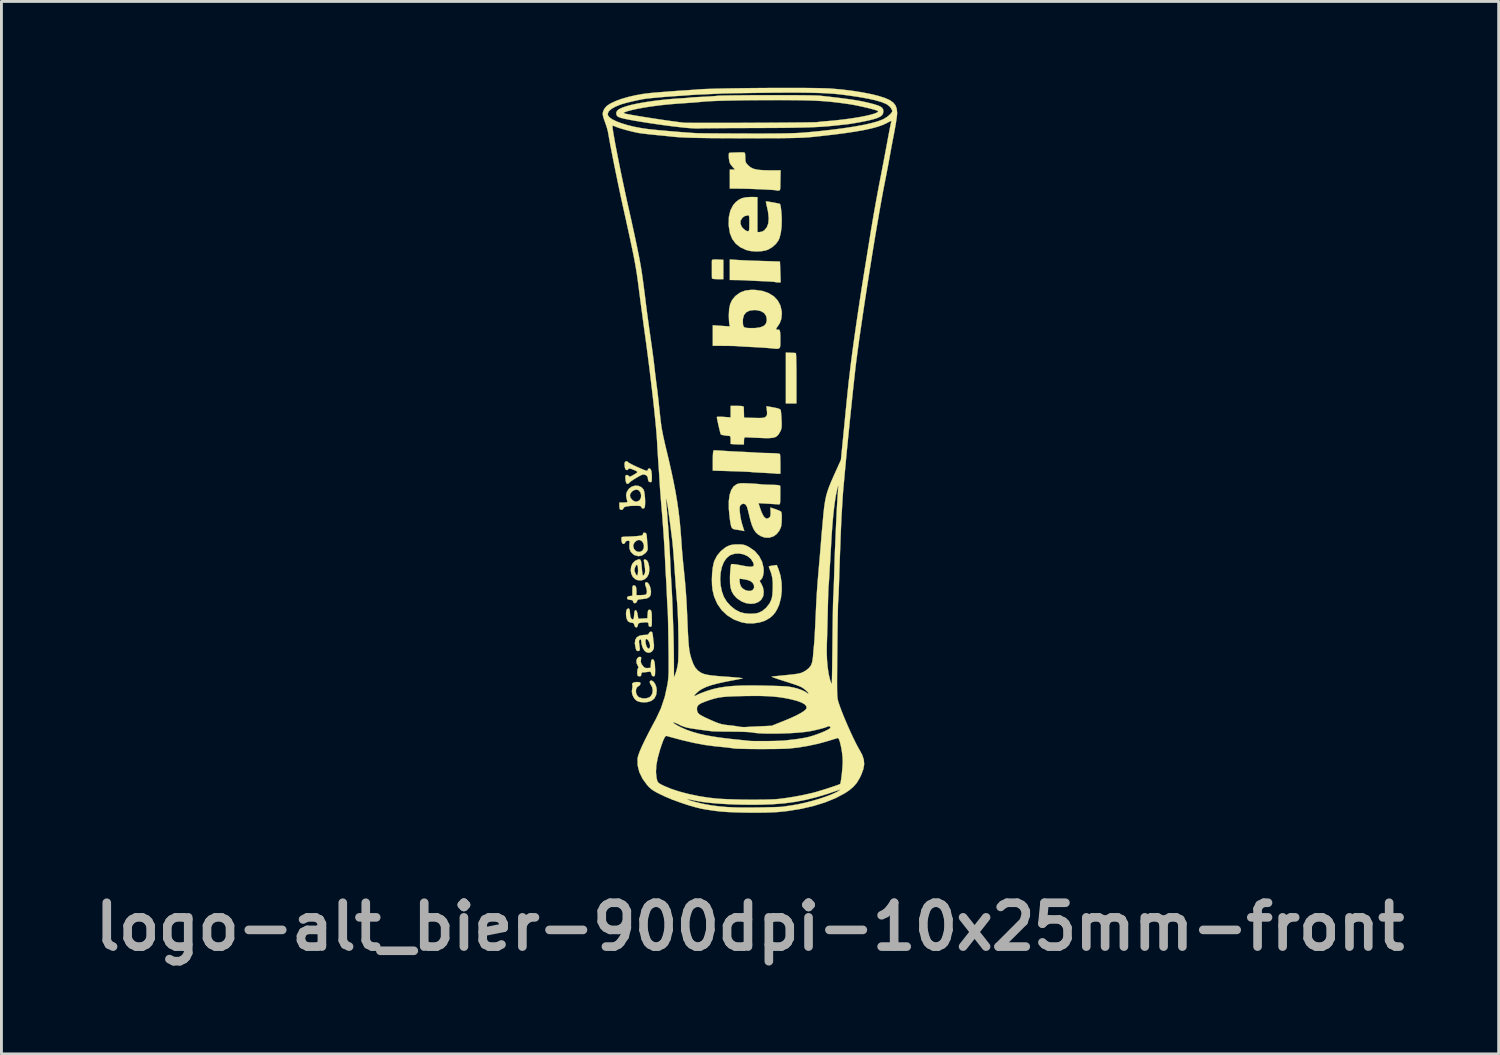
<source format=kicad_pcb>
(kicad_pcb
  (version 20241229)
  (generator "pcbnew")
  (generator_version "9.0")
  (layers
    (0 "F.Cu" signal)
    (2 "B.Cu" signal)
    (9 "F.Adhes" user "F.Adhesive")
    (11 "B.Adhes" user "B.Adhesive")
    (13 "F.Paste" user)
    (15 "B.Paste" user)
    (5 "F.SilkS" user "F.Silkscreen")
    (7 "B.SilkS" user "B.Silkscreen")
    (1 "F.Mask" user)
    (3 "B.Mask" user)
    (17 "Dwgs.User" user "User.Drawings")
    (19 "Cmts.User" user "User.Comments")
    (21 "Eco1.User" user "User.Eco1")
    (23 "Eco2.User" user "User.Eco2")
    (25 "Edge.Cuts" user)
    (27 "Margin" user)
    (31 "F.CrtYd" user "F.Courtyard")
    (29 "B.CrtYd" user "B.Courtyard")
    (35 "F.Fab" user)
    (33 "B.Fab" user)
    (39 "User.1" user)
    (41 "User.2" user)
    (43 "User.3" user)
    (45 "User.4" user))
  (footprint "logo-alt_bier-900dpi-10x25mm-front"
    (layer "F.Cu")
    (at 22.987 12.577)
    (property "Reference" "logo-alt_bier-900dpi-10x25mm-front" (at 0.025 16.575 0) (layer "F.Fab") (effects (font (size 1.524 1.524) (thickness 0.3))))
    (attr through_hole)
    (fp_poly (pts (xy 1.432 -3.37) (xy 1.524 -3.366) (xy 1.592 -3.362) (xy 1.616 -3.361) (xy 1.621 -3.333) (xy 1.626 -3.256) (xy 1.63 -3.136) (xy 1.633 -2.979) (xy 1.636 -2.794) (xy 1.637 -2.586) (xy 1.637 -2.484) (xy 1.637 -1.609) (xy 1.27 -1.609) (xy 1.27 -3.377) (xy 1.432 -3.37)) (stroke (width 0.01) (type solid)) (fill yes) (layer "F.SilkS"))
    (fp_poly (pts (xy -1.101 -6.609) (xy -0.903 -6.599) (xy -0.903 -5.927) (xy -1.101 -5.927) (xy -1.216 -5.931) (xy -1.28 -5.943) (xy -1.299 -5.962) (xy -1.3 -6.019) (xy -1.301 -6.112) (xy -1.301 -6.225) (xy -1.301 -6.344) (xy -1.301 -6.452) (xy -1.301 -6.535) (xy -1.3 -6.576) (xy -1.289 -6.598) (xy -1.25 -6.609) (xy -1.173 -6.611) (xy -1.101 -6.609)) (stroke (width 0.01) (type solid)) (fill yes) (layer "F.SilkS"))
    (fp_poly (pts (xy -0.416 -6.594) (xy -0.306 -6.587) (xy -0.153 -6.58) (xy 0.029 -6.572) (xy 0.227 -6.565) (xy 0.427 -6.559) (xy 0.452 -6.558) (xy 0.63 -6.553) (xy 0.788 -6.548) (xy 0.918 -6.544) (xy 1.01 -6.54) (xy 1.058 -6.538) (xy 1.062 -6.537) (xy 1.065 -6.509) (xy 1.068 -6.436) (xy 1.072 -6.327) (xy 1.077 -6.194) (xy 1.078 -6.174) (xy 1.089 -5.814) (xy 1.001 -5.814) (xy 0.935 -5.818) (xy 0.9 -5.827) (xy 0.899 -5.827) (xy 0.868 -5.833) (xy 0.791 -5.839) (xy 0.677 -5.847) (xy 0.537 -5.854) (xy 0.464 -5.857) (xy 0.302 -5.864) (xy 0.148 -5.871) (xy 0.016 -5.878) (xy -0.078 -5.883) (xy -0.099 -5.885) (xy -0.2 -5.89) (xy -0.33 -5.894) (xy -0.459 -5.896) (xy -0.677 -5.898) (xy -0.677 -6.612) (xy -0.416 -6.594)) (stroke (width 0.01) (type solid)) (fill yes) (layer "F.SilkS"))
    (fp_poly (pts (xy -3.395 8.02) (xy -3.331 8.058) (xy -3.274 8.137) (xy -3.234 8.241) (xy -3.217 8.354) (xy -3.217 8.359) (xy -3.238 8.52) (xy -3.3 8.642) (xy -3.403 8.725) (xy -3.547 8.769) (xy -3.655 8.777) (xy -3.799 8.765) (xy -3.905 8.728) (xy -3.913 8.723) (xy -3.997 8.643) (xy -4.056 8.531) (xy -4.082 8.41) (xy -4.072 8.313) (xy -4.058 8.239) (xy -4.064 8.185) (xy -4.066 8.181) (xy -4.073 8.131) (xy -4.032 8.093) (xy -3.949 8.073) (xy -3.905 8.072) (xy -3.827 8.075) (xy -3.791 8.091) (xy -3.782 8.126) (xy -3.782 8.129) (xy -3.807 8.185) (xy -3.85 8.212) (xy -3.91 8.261) (xy -3.939 8.34) (xy -3.939 8.433) (xy -3.909 8.521) (xy -3.852 8.589) (xy -3.829 8.603) (xy -3.708 8.64) (xy -3.583 8.639) (xy -3.474 8.602) (xy -3.428 8.567) (xy -3.373 8.476) (xy -3.356 8.363) (xy -3.376 8.249) (xy -3.418 8.173) (xy -3.455 8.105) (xy -3.456 8.049) (xy -3.425 8.02) (xy -3.395 8.02)) (stroke (width 0.01) (type solid)) (fill yes) (layer "F.SilkS"))
    (fp_poly (pts (xy -3.52 4.632) (xy -3.475 4.698) (xy -3.44 4.791) (xy -3.42 4.9) (xy -3.417 4.943) (xy -3.43 5.049) (xy -3.477 5.122) (xy -3.564 5.166) (xy -3.699 5.187) (xy -3.706 5.187) (xy -3.807 5.196) (xy -3.864 5.209) (xy -3.891 5.23) (xy -3.9 5.26) (xy -3.925 5.308) (xy -3.97 5.331) (xy -4.013 5.325) (xy -4.035 5.288) (xy -4.036 5.281) (xy -4.048 5.242) (xy -4.093 5.222) (xy -4.142 5.216) (xy -4.214 5.203) (xy -4.244 5.176) (xy -4.247 5.151) (xy -4.233 5.108) (xy -4.179 5.088) (xy -4.156 5.085) (xy -4.064 5.076) (xy -4.064 4.895) (xy -4.062 4.796) (xy -4.054 4.741) (xy -4.036 4.717) (xy -4.011 4.713) (xy -3.964 4.728) (xy -3.936 4.778) (xy -3.924 4.872) (xy -3.923 4.927) (xy -3.923 5.052) (xy -3.784 5.052) (xy -3.693 5.048) (xy -3.621 5.04) (xy -3.601 5.035) (xy -3.566 4.994) (xy -3.558 4.916) (xy -3.576 4.814) (xy -3.599 4.75) (xy -3.624 4.667) (xy -3.615 4.62) (xy -3.612 4.617) (xy -3.567 4.602) (xy -3.52 4.632)) (stroke (width 0.01) (type solid)) (fill yes) (layer "F.SilkS"))
    (fp_poly (pts (xy -3.782 3.829) (xy -3.759 3.892) (xy -3.745 4.001) (xy -3.738 4.092) (xy -3.727 4.211) (xy -3.715 4.305) (xy -3.702 4.362) (xy -3.694 4.374) (xy -3.665 4.352) (xy -3.638 4.314) (xy -3.621 4.243) (xy -3.623 4.13) (xy -3.645 3.971) (xy -3.658 3.899) (xy -3.666 3.836) (xy -3.652 3.813) (xy -3.61 3.815) (xy -3.554 3.85) (xy -3.511 3.932) (xy -3.483 4.052) (xy -3.474 4.171) (xy -3.493 4.312) (xy -3.553 4.425) (xy -3.642 4.503) (xy -3.753 4.541) (xy -3.876 4.533) (xy -3.958 4.5) (xy -4.046 4.422) (xy -4.1 4.315) (xy -4.121 4.191) (xy -4.116 4.152) (xy -3.992 4.152) (xy -3.989 4.213) (xy -3.967 4.276) (xy -3.928 4.351) (xy -3.898 4.371) (xy -3.878 4.336) (xy -3.867 4.247) (xy -3.866 4.193) (xy -3.872 4.076) (xy -3.888 4.01) (xy -3.914 3.996) (xy -3.947 4.036) (xy -3.966 4.076) (xy -3.992 4.152) (xy -4.116 4.152) (xy -4.107 4.066) (xy -4.06 3.954) (xy -3.979 3.869) (xy -3.952 3.853) (xy -3.872 3.816) (xy -3.817 3.805) (xy -3.782 3.829)) (stroke (width 0.01) (type solid)) (fill yes) (layer "F.SilkS"))
    (fp_poly (pts (xy -3.767 7.204) (xy -3.758 7.238) (xy -3.766 7.298) (xy -3.772 7.375) (xy -3.749 7.441) (xy -3.71 7.497) (xy -3.655 7.56) (xy -3.603 7.585) (xy -3.532 7.586) (xy -3.429 7.578) (xy -3.42 7.429) (xy -3.412 7.341) (xy -3.396 7.296) (xy -3.367 7.282) (xy -3.361 7.281) (xy -3.324 7.301) (xy -3.297 7.363) (xy -3.281 7.472) (xy -3.274 7.631) (xy -3.274 7.684) (xy -3.276 7.785) (xy -3.283 7.842) (xy -3.299 7.868) (xy -3.329 7.874) (xy -3.331 7.874) (xy -3.378 7.855) (xy -3.404 7.792) (xy -3.406 7.787) (xy -3.423 7.727) (xy -3.457 7.709) (xy -3.507 7.716) (xy -3.6 7.729) (xy -3.672 7.733) (xy -3.731 7.741) (xy -3.752 7.776) (xy -3.754 7.803) (xy -3.768 7.86) (xy -3.805 7.874) (xy -3.859 7.865) (xy -3.876 7.855) (xy -3.891 7.813) (xy -3.895 7.743) (xy -3.89 7.666) (xy -3.876 7.606) (xy -3.861 7.585) (xy -3.847 7.561) (xy -3.874 7.509) (xy -3.875 7.506) (xy -3.917 7.416) (xy -3.923 7.326) (xy -3.897 7.251) (xy -3.843 7.204) (xy -3.801 7.197) (xy -3.767 7.204)) (stroke (width 0.01) (type solid)) (fill yes) (layer "F.SilkS"))
    (fp_poly (pts (xy -1.117 0.023) (xy -1.011 0.03) (xy -0.982 0.032) (xy -0.871 0.04) (xy -0.721 0.05) (xy -0.548 0.059) (xy -0.369 0.068) (xy -0.3 0.071) (xy -0.139 0.078) (xy 0.009 0.086) (xy 0.13 0.093) (xy 0.214 0.098) (xy 0.24 0.101) (xy 0.3 0.105) (xy 0.403 0.109) (xy 0.534 0.113) (xy 0.679 0.116) (xy 0.685 0.116) (xy 0.822 0.12) (xy 0.938 0.126) (xy 1.021 0.136) (xy 1.061 0.146) (xy 1.062 0.147) (xy 1.069 0.185) (xy 1.074 0.266) (xy 1.077 0.379) (xy 1.079 0.503) (xy 1.079 0.833) (xy 1.005 0.835) (xy 0.948 0.835) (xy 0.924 0.83) (xy 0.895 0.826) (xy 0.819 0.82) (xy 0.708 0.813) (xy 0.571 0.806) (xy 0.521 0.803) (xy 0.372 0.796) (xy 0.238 0.788) (xy 0.132 0.781) (xy 0.067 0.776) (xy 0.058 0.774) (xy 0.01 0.77) (xy -0.085 0.765) (xy -0.218 0.759) (xy -0.38 0.753) (xy -0.561 0.747) (xy -0.641 0.744) (xy -1.27 0.725) (xy -1.27 0.379) (xy -1.267 0.214) (xy -1.26 0.098) (xy -1.248 0.035) (xy -1.239 0.023) (xy -1.198 0.02) (xy -1.117 0.023)) (stroke (width 0.01) (type solid)) (fill yes) (layer "F.SilkS"))
    (fp_poly (pts (xy -0.201 -10.332) (xy -0.191 -10.331) (xy -0.163 -10.321) (xy -0.148 -10.287) (xy -0.142 -10.214) (xy -0.141 -10.157) (xy -0.138 -10.057) (xy -0.125 -9.992) (xy -0.091 -9.938) (xy -0.035 -9.878) (xy 0.037 -9.817) (xy 0.122 -9.772) (xy 0.228 -9.741) (xy 0.364 -9.721) (xy 0.54 -9.711) (xy 0.728 -9.708) (xy 1.087 -9.708) (xy 1.081 -9.419) (xy 1.079 -9.29) (xy 1.077 -9.177) (xy 1.075 -9.095) (xy 1.074 -9.066) (xy 1.057 -9.016) (xy 1.007 -9.003) (xy 0.951 -9.007) (xy 0.929 -9.014) (xy 0.897 -9.02) (xy 0.819 -9.027) (xy 0.702 -9.034) (xy 0.557 -9.042) (xy 0.393 -9.05) (xy 0.219 -9.057) (xy 0.044 -9.064) (xy -0.122 -9.069) (xy -0.27 -9.072) (xy -0.388 -9.073) (xy -0.677 -9.073) (xy -0.677 -9.737) (xy -0.497 -9.737) (xy -0.57 -9.814) (xy -0.629 -9.886) (xy -0.675 -9.955) (xy -0.677 -9.959) (xy -0.694 -10.016) (xy -0.707 -10.101) (xy -0.714 -10.191) (xy -0.713 -10.268) (xy -0.704 -10.312) (xy -0.703 -10.313) (xy -0.672 -10.319) (xy -0.6 -10.324) (xy -0.501 -10.328) (xy -0.392 -10.331) (xy -0.287 -10.333) (xy -0.201 -10.332)) (stroke (width 0.01) (type solid)) (fill yes) (layer "F.SilkS"))
    (fp_poly (pts (xy -4.175 5.527) (xy -4.153 5.59) (xy -4.149 5.662) (xy -4.138 5.781) (xy -4.107 5.862) (xy -4.061 5.897) (xy -4.05 5.898) (xy -4.025 5.88) (xy -4.009 5.818) (xy -4.002 5.736) (xy -3.993 5.639) (xy -3.976 5.588) (xy -3.951 5.574) (xy -3.919 5.598) (xy -3.893 5.673) (xy -3.883 5.723) (xy -3.858 5.873) (xy -3.542 5.856) (xy -3.533 5.708) (xy -3.525 5.619) (xy -3.509 5.574) (xy -3.48 5.56) (xy -3.473 5.56) (xy -3.436 5.568) (xy -3.411 5.597) (xy -3.396 5.657) (xy -3.389 5.755) (xy -3.387 5.901) (xy -3.388 6.021) (xy -3.392 6.095) (xy -3.403 6.135) (xy -3.421 6.15) (xy -3.443 6.152) (xy -3.488 6.135) (xy -3.5 6.084) (xy -3.505 6.031) (xy -3.528 6.003) (xy -3.582 5.994) (xy -3.677 6) (xy -3.705 6.003) (xy -3.796 6.014) (xy -3.844 6.031) (xy -3.866 6.059) (xy -3.872 6.092) (xy -3.896 6.158) (xy -3.935 6.176) (xy -3.975 6.146) (xy -3.993 6.098) (xy -4.016 6.035) (xy -4.06 6.013) (xy -4.09 6.011) (xy -4.168 5.991) (xy -4.22 5.954) (xy -4.257 5.883) (xy -4.28 5.783) (xy -4.285 5.676) (xy -4.272 5.586) (xy -4.254 5.548) (xy -4.209 5.511) (xy -4.175 5.527)) (stroke (width 0.01) (type solid)) (fill yes) (layer "F.SilkS"))
    (fp_poly (pts (xy -3.389 6.329) (xy -3.369 6.361) (xy -3.356 6.428) (xy -3.348 6.498) (xy -3.336 6.615) (xy -3.322 6.728) (xy -3.314 6.788) (xy -3.318 6.897) (xy -3.359 6.983) (xy -3.425 7.038) (xy -3.505 7.055) (xy -3.59 7.028) (xy -3.636 6.99) (xy -3.701 6.889) (xy -3.743 6.759) (xy -3.754 6.654) (xy -3.758 6.622) (xy -3.611 6.622) (xy -3.606 6.7) (xy -3.605 6.703) (xy -3.585 6.799) (xy -3.552 6.87) (xy -3.514 6.908) (xy -3.479 6.907) (xy -3.453 6.862) (xy -3.449 6.838) (xy -3.453 6.766) (xy -3.479 6.686) (xy -3.518 6.617) (xy -3.56 6.579) (xy -3.572 6.576) (xy -3.601 6.585) (xy -3.611 6.622) (xy -3.758 6.622) (xy -3.761 6.601) (xy -3.789 6.592) (xy -3.799 6.595) (xy -3.827 6.618) (xy -3.835 6.666) (xy -3.828 6.742) (xy -3.815 6.834) (xy -3.805 6.91) (xy -3.803 6.929) (xy -3.816 6.977) (xy -3.858 6.994) (xy -3.902 6.989) (xy -3.931 6.951) (xy -3.949 6.895) (xy -3.978 6.732) (xy -3.964 6.605) (xy -3.907 6.514) (xy -3.805 6.458) (xy -3.658 6.435) (xy -3.626 6.435) (xy -3.546 6.429) (xy -3.505 6.408) (xy -3.491 6.378) (xy -3.455 6.331) (xy -3.421 6.322) (xy -3.389 6.329)) (stroke (width 0.01) (type solid)) (fill yes) (layer "F.SilkS"))
    (fp_poly (pts (xy -3.855 1.255) (xy -3.75 1.303) (xy -3.679 1.379) (xy -3.657 1.439) (xy -3.64 1.535) (xy -3.627 1.653) (xy -3.621 1.776) (xy -3.622 1.89) (xy -3.63 1.978) (xy -3.645 2.023) (xy -3.69 2.044) (xy -3.736 2.027) (xy -3.754 1.987) (xy -3.769 1.964) (xy -3.822 1.951) (xy -3.921 1.947) (xy -3.933 1.947) (xy -4.122 1.952) (xy -4.257 1.967) (xy -4.34 1.992) (xy -4.374 2.028) (xy -4.374 2.036) (xy -4.397 2.076) (xy -4.446 2.09) (xy -4.495 2.071) (xy -4.497 2.07) (xy -4.509 2.032) (xy -4.515 1.961) (xy -4.516 1.943) (xy -4.516 1.834) (xy -4.371 1.834) (xy -4.287 1.833) (xy -4.247 1.823) (xy -4.238 1.799) (xy -4.245 1.771) (xy -4.273 1.656) (xy -4.278 1.595) (xy -4.149 1.595) (xy -4.124 1.676) (xy -4.063 1.749) (xy -3.985 1.798) (xy -3.938 1.806) (xy -3.864 1.787) (xy -3.81 1.75) (xy -3.766 1.67) (xy -3.76 1.572) (xy -3.788 1.476) (xy -3.848 1.405) (xy -3.85 1.404) (xy -3.925 1.384) (xy -4.009 1.405) (xy -4.084 1.457) (xy -4.135 1.531) (xy -4.149 1.595) (xy -4.278 1.595) (xy -4.28 1.572) (xy -4.266 1.498) (xy -4.252 1.459) (xy -4.181 1.352) (xy -4.083 1.281) (xy -3.97 1.248) (xy -3.855 1.255)) (stroke (width 0.01) (type solid)) (fill yes) (layer "F.SilkS"))
    (fp_poly (pts (xy -3.595 2.897) (xy -3.574 2.933) (xy -3.563 3.005) (xy -3.561 3.034) (xy -3.553 3.148) (xy -3.543 3.278) (xy -3.537 3.337) (xy -3.531 3.432) (xy -3.539 3.492) (xy -3.567 3.541) (xy -3.621 3.599) (xy -3.732 3.676) (xy -3.853 3.698) (xy -3.98 3.665) (xy -4.026 3.639) (xy -4.12 3.548) (xy -4.167 3.428) (xy -4.167 3.338) (xy -4.036 3.338) (xy -4.014 3.433) (xy -3.958 3.505) (xy -3.882 3.546) (xy -3.798 3.55) (xy -3.721 3.509) (xy -3.71 3.498) (xy -3.667 3.416) (xy -3.662 3.323) (xy -3.69 3.235) (xy -3.745 3.166) (xy -3.822 3.134) (xy -3.838 3.133) (xy -3.918 3.158) (xy -3.989 3.22) (xy -4.031 3.301) (xy -4.036 3.338) (xy -4.167 3.338) (xy -4.167 3.287) (xy -4.159 3.21) (xy -4.166 3.173) (xy -4.195 3.162) (xy -4.222 3.161) (xy -4.288 3.18) (xy -4.31 3.217) (xy -4.343 3.263) (xy -4.375 3.274) (xy -4.412 3.256) (xy -4.434 3.196) (xy -4.438 3.168) (xy -4.444 3.094) (xy -4.441 3.046) (xy -4.439 3.041) (xy -4.407 3.029) (xy -4.336 3.021) (xy -4.278 3.02) (xy -4.172 3.017) (xy -4.039 3.011) (xy -3.913 3.002) (xy -3.803 2.99) (xy -3.737 2.978) (xy -3.706 2.96) (xy -3.697 2.933) (xy -3.697 2.929) (xy -3.682 2.888) (xy -3.634 2.884) (xy -3.595 2.897)) (stroke (width 0.01) (type solid)) (fill yes) (layer "F.SilkS"))
    (fp_poly (pts (xy -4.242 0.405) (xy -4.214 0.434) (xy -4.181 0.457) (xy -4.109 0.497) (xy -4.011 0.546) (xy -3.898 0.599) (xy -3.783 0.65) (xy -3.68 0.693) (xy -3.6 0.723) (xy -3.558 0.734) (xy -3.531 0.711) (xy -3.528 0.691) (xy -3.504 0.656) (xy -3.475 0.649) (xy -3.433 0.67) (xy -3.405 0.735) (xy -3.39 0.848) (xy -3.387 0.979) (xy -3.389 1.067) (xy -3.398 1.112) (xy -3.42 1.126) (xy -3.45 1.124) (xy -3.495 1.105) (xy -3.517 1.056) (xy -3.522 1.012) (xy -3.538 0.935) (xy -3.579 0.891) (xy -3.613 0.875) (xy -3.656 0.861) (xy -3.698 0.861) (xy -3.752 0.879) (xy -3.83 0.92) (xy -3.925 0.975) (xy -4.026 1.037) (xy -4.108 1.093) (xy -4.158 1.134) (xy -4.168 1.147) (xy -4.205 1.18) (xy -4.233 1.185) (xy -4.267 1.17) (xy -4.289 1.117) (xy -4.3 1.055) (xy -4.307 0.973) (xy -4.306 0.913) (xy -4.302 0.9) (xy -4.261 0.876) (xy -4.211 0.888) (xy -4.187 0.917) (xy -4.17 0.937) (xy -4.133 0.931) (xy -4.065 0.898) (xy -4.04 0.884) (xy -3.945 0.828) (xy -3.897 0.791) (xy -3.894 0.764) (xy -3.933 0.737) (xy -3.994 0.708) (xy -4.107 0.664) (xy -4.176 0.651) (xy -4.204 0.669) (xy -4.205 0.677) (xy -4.229 0.701) (xy -4.258 0.706) (xy -4.297 0.69) (xy -4.321 0.634) (xy -4.328 0.595) (xy -4.336 0.512) (xy -4.332 0.448) (xy -4.329 0.44) (xy -4.291 0.4) (xy -4.242 0.405)) (stroke (width 0.01) (type solid)) (fill yes) (layer "F.SilkS"))
    (fp_poly (pts (xy -0.299 -1.521) (xy -0.225 -1.511) (xy -0.195 -1.493) (xy -0.195 -1.489) (xy -0.192 -1.443) (xy -0.19 -1.361) (xy -0.188 -1.284) (xy -0.183 -1.115) (xy 0.165 -1.106) (xy 0.314 -1.103) (xy 0.418 -1.104) (xy 0.487 -1.11) (xy 0.533 -1.123) (xy 0.564 -1.143) (xy 0.57 -1.148) (xy 0.603 -1.187) (xy 0.617 -1.237) (xy 0.615 -1.318) (xy 0.611 -1.356) (xy 0.595 -1.513) (xy 0.832 -1.471) (xy 0.971 -1.443) (xy 1.055 -1.413) (xy 1.088 -1.385) (xy 1.097 -1.339) (xy 1.106 -1.251) (xy 1.115 -1.135) (xy 1.12 -1.044) (xy 1.125 -0.907) (xy 1.124 -0.811) (xy 1.115 -0.741) (xy 1.097 -0.682) (xy 1.068 -0.621) (xy 1.02 -0.54) (xy 0.968 -0.48) (xy 0.903 -0.439) (xy 0.815 -0.415) (xy 0.695 -0.404) (xy 0.535 -0.404) (xy 0.381 -0.41) (xy 0.227 -0.417) (xy 0.087 -0.423) (xy -0.025 -0.428) (xy -0.097 -0.432) (xy -0.113 -0.433) (xy -0.156 -0.431) (xy -0.178 -0.407) (xy -0.185 -0.346) (xy -0.186 -0.31) (xy -0.189 -0.183) (xy -0.299 -0.183) (xy -0.404 -0.185) (xy -0.516 -0.191) (xy -0.529 -0.192) (xy -0.649 -0.201) (xy -0.649 -0.34) (xy -0.653 -0.426) (xy -0.667 -0.468) (xy -0.696 -0.481) (xy -0.699 -0.481) (xy -0.781 -0.487) (xy -0.87 -0.499) (xy -0.946 -0.515) (xy -0.988 -0.53) (xy -0.99 -0.532) (xy -1.002 -0.564) (xy -1.021 -0.637) (xy -1.046 -0.737) (xy -1.072 -0.85) (xy -1.096 -0.96) (xy -1.116 -1.055) (xy -1.127 -1.12) (xy -1.129 -1.137) (xy -1.103 -1.145) (xy -1.034 -1.147) (xy -0.934 -1.144) (xy -0.889 -1.141) (xy -0.649 -1.123) (xy -0.649 -1.524) (xy -0.423 -1.524) (xy -0.299 -1.521)) (stroke (width 0.01) (type solid)) (fill yes) (layer "F.SilkS"))
    (fp_poly (pts (xy 0.191 -8.78) (xy 0.282 -8.777) (xy 0.282 -7.564) (xy 0.363 -7.564) (xy 0.445 -7.581) (xy 0.515 -7.619) (xy 0.606 -7.724) (xy 0.659 -7.864) (xy 0.674 -8.041) (xy 0.652 -8.258) (xy 0.623 -8.396) (xy 0.599 -8.5) (xy 0.582 -8.581) (xy 0.575 -8.625) (xy 0.576 -8.628) (xy 0.605 -8.627) (xy 0.673 -8.618) (xy 0.766 -8.603) (xy 0.867 -8.585) (xy 0.96 -8.567) (xy 1.03 -8.552) (xy 1.062 -8.543) (xy 1.062 -8.543) (xy 1.079 -8.501) (xy 1.095 -8.415) (xy 1.109 -8.298) (xy 1.12 -8.162) (xy 1.126 -8.021) (xy 1.127 -8.004) (xy 1.121 -7.76) (xy 1.095 -7.544) (xy 1.051 -7.366) (xy 1.015 -7.279) (xy 0.927 -7.156) (xy 0.803 -7.044) (xy 0.66 -6.958) (xy 0.582 -6.928) (xy 0.417 -6.897) (xy 0.229 -6.889) (xy 0.044 -6.904) (xy -0.104 -6.939) (xy -0.311 -7.034) (xy -0.473 -7.162) (xy -0.594 -7.325) (xy -0.674 -7.526) (xy -0.714 -7.767) (xy -0.718 -7.832) (xy -0.717 -7.858) (xy -0.31 -7.858) (xy -0.266 -7.75) (xy -0.214 -7.688) (xy -0.145 -7.63) (xy -0.081 -7.596) (xy -0.059 -7.592) (xy -0.032 -7.595) (xy -0.015 -7.612) (xy -0.005 -7.652) (xy -0.001 -7.726) (xy -0.000021 -7.844) (xy 0 -7.877) (xy -0.001 -8.007) (xy -0.005 -8.089) (xy -0.014 -8.133) (xy -0.028 -8.148) (xy -0.045 -8.145) (xy -0.109 -8.13) (xy -0.131 -8.128) (xy -0.177 -8.109) (xy -0.236 -8.064) (xy -0.241 -8.059) (xy -0.302 -7.963) (xy -0.31 -7.858) (xy -0.717 -7.858) (xy -0.71 -8.09) (xy -0.659 -8.31) (xy -0.566 -8.493) (xy -0.475 -8.599) (xy -0.373 -8.682) (xy -0.26 -8.738) (xy -0.125 -8.77) (xy 0.043 -8.782) (xy 0.191 -8.78)) (stroke (width 0.01) (type solid)) (fill yes) (layer "F.SilkS"))
    (fp_poly (pts (xy 0.209 -5.553) (xy 0.457 -5.517) (xy 0.671 -5.442) (xy 0.849 -5.332) (xy 0.985 -5.189) (xy 1.078 -5.016) (xy 1.124 -4.817) (xy 1.129 -4.726) (xy 1.112 -4.547) (xy 1.056 -4.394) (xy 0.983 -4.283) (xy 0.936 -4.215) (xy 0.932 -4.18) (xy 0.971 -4.171) (xy 1.007 -4.174) (xy 1.037 -4.169) (xy 1.058 -4.139) (xy 1.071 -4.076) (xy 1.077 -3.972) (xy 1.078 -3.821) (xy 1.078 -3.814) (xy 1.078 -3.681) (xy 1.073 -3.592) (xy 1.054 -3.538) (xy 1.012 -3.512) (xy 0.938 -3.508) (xy 0.823 -3.518) (xy 0.72 -3.529) (xy 0.608 -3.538) (xy 0.457 -3.549) (xy 0.285 -3.559) (xy 0.108 -3.569) (xy 0.056 -3.571) (xy -0.098 -3.579) (xy -0.233 -3.586) (xy -0.34 -3.593) (xy -0.408 -3.598) (xy -0.423 -3.6) (xy -0.466 -3.603) (xy -0.553 -3.606) (xy -0.674 -3.608) (xy -0.817 -3.61) (xy -0.868 -3.61) (xy -1.27 -3.612) (xy -1.27 -4.325) (xy -0.672 -4.284) (xy -0.692 -4.347) (xy -0.7 -4.402) (xy -0.706 -4.482) (xy -0.225 -4.482) (xy -0.222 -4.364) (xy -0.206 -4.291) (xy -0.169 -4.251) (xy -0.1 -4.234) (xy -0.018 -4.228) (xy 0.203 -4.228) (xy 0.373 -4.251) (xy 0.494 -4.299) (xy 0.534 -4.331) (xy 0.586 -4.401) (xy 0.605 -4.486) (xy 0.607 -4.527) (xy 0.582 -4.654) (xy 0.511 -4.752) (xy 0.397 -4.818) (xy 0.243 -4.851) (xy 0.169 -4.854) (xy 0.01 -4.834) (xy -0.109 -4.775) (xy -0.187 -4.677) (xy -0.223 -4.541) (xy -0.225 -4.482) (xy -0.706 -4.482) (xy -0.707 -4.497) (xy -0.711 -4.616) (xy -0.712 -4.683) (xy -0.701 -4.892) (xy -0.665 -5.061) (xy -0.6 -5.201) (xy -0.501 -5.323) (xy -0.457 -5.364) (xy -0.31 -5.467) (xy -0.142 -5.53) (xy 0.056 -5.555) (xy 0.209 -5.553)) (stroke (width 0.01) (type solid)) (fill yes) (layer "F.SilkS"))
    (fp_poly (pts (xy -0.081 1.167) (xy 0.026 1.172) (xy 0.162 1.18) (xy 0.276 1.188) (xy 0.358 1.196) (xy 0.396 1.201) (xy 0.397 1.201) (xy 0.43 1.206) (xy 0.508 1.21) (xy 0.619 1.215) (xy 0.743 1.218) (xy 0.887 1.222) (xy 0.983 1.228) (xy 1.04 1.238) (xy 1.068 1.252) (xy 1.074 1.269) (xy 1.075 1.314) (xy 1.075 1.402) (xy 1.076 1.518) (xy 1.075 1.609) (xy 1.074 1.741) (xy 1.07 1.827) (xy 1.062 1.876) (xy 1.047 1.897) (xy 1.025 1.9) (xy 1.025 1.9) (xy 0.978 1.896) (xy 0.888 1.89) (xy 0.769 1.883) (xy 0.647 1.875) (xy 0.318 1.856) (xy 0.386 2.064) (xy 0.428 2.175) (xy 0.475 2.272) (xy 0.518 2.337) (xy 0.522 2.341) (xy 0.575 2.385) (xy 0.62 2.392) (xy 0.662 2.376) (xy 0.705 2.349) (xy 0.729 2.308) (xy 0.739 2.238) (xy 0.737 2.128) (xy 0.736 2.111) (xy 0.731 2.007) (xy 0.909 2.066) (xy 1.003 2.101) (xy 1.075 2.134) (xy 1.107 2.156) (xy 1.12 2.205) (xy 1.127 2.293) (xy 1.127 2.403) (xy 1.122 2.519) (xy 1.112 2.622) (xy 1.099 2.687) (xy 1.041 2.815) (xy 0.948 2.93) (xy 0.846 3.006) (xy 0.694 3.057) (xy 0.54 3.053) (xy 0.402 3.004) (xy 0.302 2.943) (xy 0.219 2.865) (xy 0.151 2.761) (xy 0.091 2.625) (xy 0.036 2.447) (xy -0.013 2.244) (xy -0.04 2.133) (xy -0.067 2.033) (xy -0.088 1.969) (xy -0.139 1.896) (xy -0.205 1.873) (xy -0.278 1.901) (xy -0.288 1.91) (xy -0.317 1.943) (xy -0.333 1.985) (xy -0.337 2.051) (xy -0.332 2.156) (xy -0.33 2.173) (xy -0.313 2.311) (xy -0.282 2.467) (xy -0.245 2.606) (xy -0.174 2.827) (xy -0.235 2.812) (xy -0.298 2.8) (xy -0.391 2.785) (xy -0.447 2.778) (xy -0.519 2.766) (xy -0.57 2.748) (xy -0.606 2.714) (xy -0.633 2.655) (xy -0.653 2.562) (xy -0.674 2.425) (xy -0.684 2.35) (xy -0.713 2.047) (xy -0.713 1.786) (xy -0.685 1.569) (xy -0.628 1.397) (xy -0.544 1.272) (xy -0.432 1.195) (xy -0.375 1.177) (xy -0.306 1.166) (xy -0.212 1.163) (xy -0.081 1.167)) (stroke (width 0.01) (type solid)) (fill yes) (layer "F.SilkS"))
    (fp_poly (pts (xy -0.288 3.291) (xy -0.2 3.302) (xy -0.122 3.326) (xy -0.03 3.371) (xy -0.005 3.385) (xy 0.187 3.519) (xy 0.336 3.689) (xy 0.441 3.89) (xy 0.495 4.107) (xy 0.499 4.234) (xy 0.483 4.356) (xy 0.449 4.456) (xy 0.402 4.518) (xy 0.398 4.52) (xy 0.367 4.544) (xy 0.366 4.572) (xy 0.394 4.623) (xy 0.412 4.649) (xy 0.474 4.782) (xy 0.5 4.932) (xy 0.486 5.074) (xy 0.48 5.092) (xy 0.415 5.21) (xy 0.313 5.293) (xy 0.185 5.342) (xy 0.039 5.354) (xy -0.115 5.331) (xy -0.269 5.271) (xy -0.414 5.175) (xy -0.455 5.138) (xy -0.545 5.037) (xy -0.609 4.927) (xy -0.65 4.799) (xy -0.67 4.642) (xy -0.671 4.57) (xy -0.339 4.57) (xy -0.325 4.661) (xy -0.295 4.745) (xy -0.231 4.822) (xy -0.14 4.877) (xy -0.039 4.906) (xy 0.056 4.903) (xy 0.125 4.866) (xy 0.166 4.791) (xy 0.161 4.704) (xy 0.113 4.622) (xy 0.032 4.56) (xy -0.044 4.532) (xy -0.145 4.507) (xy -0.193 4.499) (xy -0.339 4.48) (xy -0.339 4.57) (xy -0.671 4.57) (xy -0.673 4.445) (xy -0.67 4.337) (xy -0.662 4.204) (xy -0.651 4.091) (xy -0.64 4.012) (xy -0.63 3.977) (xy -0.593 3.972) (xy -0.513 3.978) (xy -0.403 3.995) (xy -0.324 4.01) (xy -0.141 4.044) (xy -0.007 4.063) (xy 0.084 4.064) (xy 0.136 4.046) (xy 0.155 4.009) (xy 0.146 3.952) (xy 0.137 3.925) (xy 0.061 3.8) (xy -0.054 3.702) (xy -0.196 3.636) (xy -0.353 3.605) (xy -0.512 3.613) (xy -0.663 3.664) (xy -0.677 3.671) (xy -0.794 3.768) (xy -0.888 3.907) (xy -0.956 4.08) (xy -0.998 4.277) (xy -1.012 4.491) (xy -0.997 4.71) (xy -0.952 4.928) (xy -0.886 5.111) (xy -0.788 5.274) (xy -0.652 5.426) (xy -0.493 5.554) (xy -0.327 5.641) (xy -0.324 5.642) (xy -0.161 5.684) (xy 0.023 5.7) (xy 0.203 5.691) (xy 0.314 5.668) (xy 0.449 5.603) (xy 0.579 5.496) (xy 0.688 5.361) (xy 0.726 5.296) (xy 0.761 5.218) (xy 0.784 5.14) (xy 0.8 5.046) (xy 0.809 4.918) (xy 0.813 4.848) (xy 0.815 4.635) (xy 0.8 4.459) (xy 0.764 4.304) (xy 0.715 4.17) (xy 0.688 4.101) (xy 0.679 4.059) (xy 0.68 4.053) (xy 0.712 4.043) (xy 0.781 4.03) (xy 0.822 4.024) (xy 0.952 4.005) (xy 1.009 4.14) (xy 1.083 4.374) (xy 1.122 4.63) (xy 1.127 4.894) (xy 1.098 5.152) (xy 1.034 5.389) (xy 0.975 5.525) (xy 0.904 5.647) (xy 0.831 5.739) (xy 0.736 5.824) (xy 0.699 5.852) (xy 0.539 5.943) (xy 0.345 6.004) (xy 0.13 6.034) (xy -0.089 6.03) (xy -0.274 5.996) (xy -0.538 5.898) (xy -0.767 5.755) (xy -0.961 5.573) (xy -1.114 5.353) (xy -1.223 5.102) (xy -1.277 4.879) (xy -1.296 4.703) (xy -1.301 4.505) (xy -1.293 4.302) (xy -1.273 4.109) (xy -1.241 3.945) (xy -1.216 3.862) (xy -1.122 3.682) (xy -0.989 3.521) (xy -0.831 3.395) (xy -0.78 3.366) (xy -0.69 3.325) (xy -0.603 3.302) (xy -0.497 3.291) (xy -0.409 3.289) (xy -0.288 3.291)) (stroke (width 0.01) (type solid)) (fill yes) (layer "F.SilkS"))
    (fp_poly (pts (xy 1.167 -12.32) (xy 1.431 -12.319) (xy 1.679 -12.318) (xy 1.903 -12.316) (xy 2.097 -12.314) (xy 2.256 -12.31) (xy 2.372 -12.307) (xy 2.441 -12.303) (xy 2.834 -12.259) (xy 3.172 -12.219) (xy 3.459 -12.181) (xy 3.696 -12.145) (xy 3.886 -12.111) (xy 3.979 -12.092) (xy 4.193 -12.042) (xy 4.357 -11.998) (xy 4.479 -11.959) (xy 4.563 -11.919) (xy 4.617 -11.878) (xy 4.646 -11.83) (xy 4.656 -11.774) (xy 4.657 -11.755) (xy 4.646 -11.684) (xy 4.61 -11.624) (xy 4.543 -11.572) (xy 4.439 -11.524) (xy 4.294 -11.479) (xy 4.101 -11.433) (xy 3.96 -11.404) (xy 3.797 -11.373) (xy 3.638 -11.345) (xy 3.499 -11.323) (xy 3.395 -11.308) (xy 3.373 -11.306) (xy 3.265 -11.295) (xy 3.126 -11.28) (xy 2.98 -11.265) (xy 2.935 -11.26) (xy 2.785 -11.245) (xy 2.63 -11.232) (xy 2.465 -11.22) (xy 2.284 -11.211) (xy 2.084 -11.202) (xy 1.859 -11.196) (xy 1.603 -11.191) (xy 1.312 -11.186) (xy 0.98 -11.183) (xy 0.603 -11.181) (xy 0.176 -11.179) (xy 0.101 -11.179) (xy -0.212 -11.178) (xy -0.509 -11.177) (xy -0.785 -11.176) (xy -1.036 -11.174) (xy -1.256 -11.172) (xy -1.44 -11.171) (xy -1.584 -11.169) (xy -1.683 -11.167) (xy -1.73 -11.165) (xy -1.733 -11.165) (xy -1.785 -11.163) (xy -1.878 -11.165) (xy -1.999 -11.171) (xy -2.103 -11.178) (xy -2.282 -11.194) (xy -2.495 -11.218) (xy -2.731 -11.246) (xy -2.983 -11.28) (xy -3.241 -11.316) (xy -3.498 -11.354) (xy -3.743 -11.393) (xy -3.969 -11.43) (xy -4.166 -11.466) (xy -4.325 -11.498) (xy -4.439 -11.526) (xy -4.452 -11.529) (xy -4.543 -11.562) (xy -4.594 -11.597) (xy -4.618 -11.644) (xy -4.618 -11.647) (xy -4.621 -11.7) (xy -4.365 -11.7) (xy -4.329 -11.684) (xy -4.278 -11.67) (xy -4.18 -11.651) (xy -4.041 -11.626) (xy -3.871 -11.597) (xy -3.676 -11.565) (xy -3.467 -11.532) (xy -3.249 -11.498) (xy -3.032 -11.465) (xy -2.824 -11.435) (xy -2.631 -11.408) (xy -2.464 -11.386) (xy -2.329 -11.369) (xy -2.272 -11.363) (xy -2.221 -11.361) (xy -2.12 -11.36) (xy -1.973 -11.358) (xy -1.788 -11.358) (xy -1.567 -11.357) (xy -1.318 -11.357) (xy -1.044 -11.357) (xy -0.752 -11.358) (xy -0.447 -11.358) (xy -0.133 -11.359) (xy 0.183 -11.361) (xy 0.497 -11.362) (xy 0.804 -11.364) (xy 1.097 -11.366) (xy 1.373 -11.368) (xy 1.625 -11.37) (xy 1.848 -11.372) (xy 2.038 -11.375) (xy 2.188 -11.377) (xy 2.294 -11.379) (xy 2.35 -11.382) (xy 2.357 -11.383) (xy 2.426 -11.392) (xy 2.53 -11.403) (xy 2.649 -11.414) (xy 2.667 -11.415) (xy 2.936 -11.438) (xy 3.199 -11.467) (xy 3.451 -11.499) (xy 3.688 -11.535) (xy 3.904 -11.572) (xy 4.093 -11.611) (xy 4.25 -11.649) (xy 4.369 -11.687) (xy 4.447 -11.722) (xy 4.476 -11.754) (xy 4.469 -11.77) (xy 4.429 -11.789) (xy 4.344 -11.816) (xy 4.225 -11.849) (xy 4.082 -11.884) (xy 3.926 -11.92) (xy 3.768 -11.954) (xy 3.618 -11.984) (xy 3.487 -12.006) (xy 3.485 -12.006) (xy 3.259 -12.038) (xy 3.05 -12.066) (xy 2.852 -12.088) (xy 2.657 -12.106) (xy 2.456 -12.12) (xy 2.242 -12.131) (xy 2.007 -12.139) (xy 1.742 -12.144) (xy 1.44 -12.147) (xy 1.093 -12.149) (xy 0.931 -12.149) (xy 0.528 -12.148) (xy 0.143 -12.146) (xy -0.22 -12.142) (xy -0.555 -12.136) (xy -0.858 -12.129) (xy -1.123 -12.121) (xy -1.345 -12.112) (xy -1.52 -12.102) (xy -1.623 -12.093) (xy -1.706 -12.084) (xy -1.811 -12.075) (xy -1.945 -12.064) (xy -2.116 -12.052) (xy -2.33 -12.037) (xy -2.54 -12.022) (xy -2.808 -12) (xy -3.083 -11.971) (xy -3.354 -11.936) (xy -3.612 -11.897) (xy -3.849 -11.855) (xy -4.055 -11.811) (xy -4.22 -11.768) (xy -4.304 -11.739) (xy -4.359 -11.716) (xy -4.365 -11.7) (xy -4.621 -11.7) (xy -4.622 -11.719) (xy -4.591 -11.781) (xy -4.521 -11.837) (xy -4.408 -11.89) (xy -4.246 -11.943) (xy -4.107 -11.981) (xy -3.899 -12.027) (xy -3.648 -12.072) (xy -3.367 -12.114) (xy -3.07 -12.151) (xy -2.77 -12.182) (xy -2.481 -12.204) (xy -2.413 -12.208) (xy -2.281 -12.216) (xy -2.17 -12.224) (xy -2.092 -12.231) (xy -2.06 -12.235) (xy -2.06 -12.235) (xy -2.028 -12.24) (xy -1.95 -12.245) (xy -1.836 -12.252) (xy -1.696 -12.259) (xy -1.622 -12.263) (xy -1.468 -12.27) (xy -1.329 -12.279) (xy -1.217 -12.287) (xy -1.145 -12.294) (xy -1.129 -12.296) (xy -1.08 -12.301) (xy -0.98 -12.305) (xy -0.836 -12.308) (xy -0.654 -12.312) (xy -0.441 -12.314) (xy -0.201 -12.316) (xy 0.058 -12.318) (xy 0.33 -12.319) (xy 0.61 -12.32) (xy 0.891 -12.32) (xy 1.167 -12.32)) (stroke (width 0.01) (type solid)) (fill yes) (layer "F.SilkS"))
    (fp_poly (pts (xy 1.72 -12.572) (xy 2.006 -12.57) (xy 2.263 -12.567) (xy 2.486 -12.563) (xy 2.669 -12.558) (xy 2.805 -12.552) (xy 2.822 -12.551) (xy 3.201 -12.518) (xy 3.577 -12.472) (xy 3.935 -12.415) (xy 4.263 -12.35) (xy 4.49 -12.293) (xy 4.708 -12.224) (xy 4.876 -12.15) (xy 4.997 -12.065) (xy 5.078 -11.966) (xy 5.122 -11.847) (xy 5.136 -11.703) (xy 5.136 -11.701) (xy 5.131 -11.625) (xy 5.116 -11.506) (xy 5.093 -11.354) (xy 5.063 -11.18) (xy 5.029 -10.997) (xy 5.025 -10.973) (xy 4.987 -10.779) (xy 4.95 -10.583) (xy 4.916 -10.401) (xy 4.888 -10.246) (xy 4.868 -10.132) (xy 4.868 -10.132) (xy 4.848 -10.023) (xy 4.82 -9.871) (xy 4.785 -9.69) (xy 4.747 -9.491) (xy 4.707 -9.288) (xy 4.695 -9.229) (xy 4.642 -8.955) (xy 4.583 -8.631) (xy 4.518 -8.266) (xy 4.449 -7.866) (xy 4.376 -7.437) (xy 4.302 -6.986) (xy 4.227 -6.521) (xy 4.151 -6.048) (xy 4.077 -5.574) (xy 4.005 -5.106) (xy 3.937 -4.651) (xy 3.873 -4.216) (xy 3.814 -3.808) (xy 3.763 -3.433) (xy 3.719 -3.098) (xy 3.712 -3.048) (xy 3.692 -2.883) (xy 3.668 -2.669) (xy 3.64 -2.413) (xy 3.608 -2.124) (xy 3.575 -1.808) (xy 3.54 -1.473) (xy 3.504 -1.126) (xy 3.469 -0.776) (xy 3.434 -0.428) (xy 3.401 -0.091) (xy 3.37 0.227) (xy 3.343 0.521) (xy 3.331 0.649) (xy 3.313 0.842) (xy 3.297 1.024) (xy 3.282 1.186) (xy 3.27 1.316) (xy 3.262 1.405) (xy 3.26 1.425) (xy 3.253 1.519) (xy 3.244 1.646) (xy 3.235 1.785) (xy 3.232 1.834) (xy 3.223 1.985) (xy 3.214 2.145) (xy 3.205 2.285) (xy 3.203 2.314) (xy 3.198 2.422) (xy 3.191 2.568) (xy 3.184 2.736) (xy 3.177 2.909) (xy 3.175 2.949) (xy 3.168 3.136) (xy 3.161 3.339) (xy 3.153 3.535) (xy 3.147 3.7) (xy 3.147 3.711) (xy 3.141 3.852) (xy 3.135 4.033) (xy 3.128 4.236) (xy 3.122 4.446) (xy 3.117 4.614) (xy 3.111 4.794) (xy 3.104 4.96) (xy 3.098 5.103) (xy 3.092 5.211) (xy 3.086 5.274) (xy 3.086 5.278) (xy 3.083 5.324) (xy 3.08 5.421) (xy 3.077 5.563) (xy 3.073 5.746) (xy 3.069 5.964) (xy 3.066 6.211) (xy 3.062 6.481) (xy 3.059 6.771) (xy 3.057 6.985) (xy 3.053 7.328) (xy 3.051 7.618) (xy 3.049 7.863) (xy 3.048 8.065) (xy 3.049 8.23) (xy 3.05 8.362) (xy 3.053 8.468) (xy 3.057 8.55) (xy 3.063 8.615) (xy 3.07 8.667) (xy 3.079 8.71) (xy 3.09 8.751) (xy 3.098 8.777) (xy 3.153 8.937) (xy 3.226 9.131) (xy 3.314 9.347) (xy 3.411 9.574) (xy 3.512 9.8) (xy 3.612 10.014) (xy 3.706 10.206) (xy 3.789 10.362) (xy 3.831 10.435) (xy 3.925 10.61) (xy 3.978 10.772) (xy 3.99 10.931) (xy 3.961 11.099) (xy 3.891 11.288) (xy 3.837 11.402) (xy 3.738 11.569) (xy 3.619 11.709) (xy 3.467 11.836) (xy 3.324 11.932) (xy 3.005 12.102) (xy 2.64 12.251) (xy 2.236 12.377) (xy 1.798 12.478) (xy 1.334 12.553) (xy 1.016 12.587) (xy 0.822 12.599) (xy 0.586 12.607) (xy 0.321 12.611) (xy 0.04 12.611) (xy -0.243 12.607) (xy -0.513 12.599) (xy -0.758 12.588) (xy -0.964 12.573) (xy -1.002 12.57) (xy -1.177 12.55) (xy -1.366 12.523) (xy -1.544 12.495) (xy -1.663 12.473) (xy -1.89 12.418) (xy -2.149 12.342) (xy -2.423 12.25) (xy -2.693 12.149) (xy -2.704 12.145) (xy -2.163 12.145) (xy -2.145 12.158) (xy -2.083 12.18) (xy -1.988 12.209) (xy -1.871 12.241) (xy -1.743 12.273) (xy -1.616 12.302) (xy -1.538 12.318) (xy -1.299 12.36) (xy -1.056 12.391) (xy -0.797 12.414) (xy -0.514 12.428) (xy -0.196 12.434) (xy 0.166 12.432) (xy 0.254 12.431) (xy 0.466 12.428) (xy 0.663 12.423) (xy 0.837 12.419) (xy 0.979 12.414) (xy 1.083 12.41) (xy 1.14 12.406) (xy 1.143 12.406) (xy 1.212 12.395) (xy 1.316 12.38) (xy 1.434 12.363) (xy 1.453 12.36) (xy 1.68 12.322) (xy 1.924 12.269) (xy 2.174 12.205) (xy 2.419 12.133) (xy 2.649 12.056) (xy 2.852 11.979) (xy 3.018 11.903) (xy 3.105 11.854) (xy 3.152 11.82) (xy 3.159 11.808) (xy 3.147 11.811) (xy 2.722 11.956) (xy 2.329 12.073) (xy 1.956 12.166) (xy 1.589 12.236) (xy 1.214 12.286) (xy 0.82 12.318) (xy 0.393 12.333) (xy 0.071 12.336) (xy -0.32 12.331) (xy -0.692 12.318) (xy -1.04 12.298) (xy -1.355 12.271) (xy -1.63 12.238) (xy -1.858 12.199) (xy -1.895 12.191) (xy -2.008 12.167) (xy -2.098 12.151) (xy -2.153 12.144) (xy -2.163 12.145) (xy -2.704 12.145) (xy -2.942 12.045) (xy -3.09 11.975) (xy -3.234 11.902) (xy -3.339 11.84) (xy -3.422 11.78) (xy -3.495 11.711) (xy -3.553 11.647) (xy -3.712 11.429) (xy -3.822 11.201) (xy -3.823 11.196) (xy -3.245 11.196) (xy -3.225 11.397) (xy -3.213 11.449) (xy -3.195 11.511) (xy -3.172 11.556) (xy -3.131 11.593) (xy -3.062 11.633) (xy -2.954 11.686) (xy -2.952 11.686) (xy -2.711 11.786) (xy -2.427 11.879) (xy -2.11 11.962) (xy -1.774 12.033) (xy -1.43 12.088) (xy -1.154 12.119) (xy -0.98 12.132) (xy -0.769 12.142) (xy -0.529 12.15) (xy -0.273 12.156) (xy -0.011 12.159) (xy 0.246 12.159) (xy 0.489 12.157) (xy 0.706 12.152) (xy 0.887 12.145) (xy 1.01 12.135) (xy 1.277 12.101) (xy 1.572 12.054) (xy 1.872 11.997) (xy 2.151 11.935) (xy 2.202 11.923) (xy 2.301 11.896) (xy 2.426 11.859) (xy 2.568 11.816) (xy 2.714 11.77) (xy 2.856 11.723) (xy 2.981 11.681) (xy 3.08 11.646) (xy 3.142 11.621) (xy 3.156 11.613) (xy 3.169 11.576) (xy 3.184 11.494) (xy 3.2 11.382) (xy 3.216 11.249) (xy 3.229 11.111) (xy 3.239 10.977) (xy 3.244 10.862) (xy 3.245 10.823) (xy 3.239 10.688) (xy 3.224 10.543) (xy 3.202 10.397) (xy 3.175 10.262) (xy 3.146 10.147) (xy 3.116 10.063) (xy 3.087 10.019) (xy 3.074 10.016) (xy 3.032 10.029) (xy 2.949 10.054) (xy 2.837 10.089) (xy 2.725 10.123) (xy 2.399 10.213) (xy 2.047 10.289) (xy 1.694 10.348) (xy 1.383 10.382) (xy 1.274 10.388) (xy 1.126 10.393) (xy 0.947 10.397) (xy 0.747 10.399) (xy 0.535 10.4) (xy 0.319 10.4) (xy 0.108 10.399) (xy -0.089 10.396) (xy -0.263 10.392) (xy -0.405 10.388) (xy -0.506 10.382) (xy -0.55 10.377) (xy -0.631 10.364) (xy -0.734 10.351) (xy -0.776 10.346) (xy -0.865 10.337) (xy -0.99 10.324) (xy -1.133 10.31) (xy -1.228 10.3) (xy -1.561 10.255) (xy -1.937 10.184) (xy -2.348 10.088) (xy -2.788 9.97) (xy -2.88 9.943) (xy -2.912 9.956) (xy -2.95 10.011) (xy -2.997 10.113) (xy -3.052 10.265) (xy -3.101 10.414) (xy -3.184 10.711) (xy -3.232 10.969) (xy -3.245 11.196) (xy -3.823 11.196) (xy -3.88 10.969) (xy -3.885 10.737) (xy -3.882 10.715) (xy -3.858 10.619) (xy -3.806 10.478) (xy -3.726 10.294) (xy -3.619 10.071) (xy -3.488 9.812) (xy -3.333 9.518) (xy -3.307 9.469) (xy -2.653 9.469) (xy -2.629 9.499) (xy -2.563 9.544) (xy -2.467 9.599) (xy -2.351 9.657) (xy -2.227 9.712) (xy -2.145 9.745) (xy -1.956 9.809) (xy -1.756 9.866) (xy -1.535 9.917) (xy -1.287 9.962) (xy -1.003 10.005) (xy -0.677 10.045) (xy -0.381 10.076) (xy -0.249 10.09) (xy -0.134 10.102) (xy -0.05 10.111) (xy -0.014 10.115) (xy 0.052 10.12) (xy 0.164 10.123) (xy 0.308 10.124) (xy 0.474 10.124) (xy 0.649 10.123) (xy 0.823 10.12) (xy 0.983 10.116) (xy 1.117 10.111) (xy 1.215 10.105) (xy 1.242 10.102) (xy 1.374 10.086) (xy 1.516 10.07) (xy 1.595 10.061) (xy 1.713 10.045) (xy 1.854 10.022) (xy 1.973 10) (xy 2.099 9.97) (xy 2.239 9.927) (xy 2.384 9.876) (xy 2.523 9.822) (xy 2.647 9.768) (xy 2.744 9.718) (xy 2.806 9.677) (xy 2.822 9.653) (xy 2.801 9.614) (xy 2.749 9.608) (xy 2.714 9.621) (xy 2.648 9.648) (xy 2.54 9.68) (xy 2.406 9.715) (xy 2.261 9.749) (xy 2.119 9.779) (xy 2.046 9.791) (xy 1.874 9.814) (xy 1.67 9.832) (xy 1.444 9.847) (xy 1.205 9.857) (xy 0.964 9.863) (xy 0.732 9.864) (xy 0.517 9.861) (xy 0.332 9.852) (xy 0.185 9.838) (xy 0.11 9.825) (xy 0.042 9.816) (xy -0.072 9.808) (xy -0.22 9.801) (xy -0.392 9.797) (xy -0.577 9.795) (xy -0.61 9.795) (xy -0.795 9.794) (xy -0.967 9.792) (xy -1.116 9.789) (xy -1.232 9.786) (xy -1.304 9.781) (xy -1.312 9.78) (xy -1.553 9.749) (xy -1.745 9.724) (xy -1.895 9.702) (xy -2.011 9.685) (xy -2.099 9.669) (xy -2.167 9.654) (xy -2.223 9.64) (xy -2.244 9.633) (xy -2.329 9.603) (xy -2.393 9.577) (xy -2.413 9.567) (xy -2.454 9.543) (xy -2.518 9.514) (xy -2.585 9.487) (xy -2.636 9.469) (xy -2.653 9.469) (xy -3.307 9.469) (xy -3.245 9.356) (xy -3.08 9.005) (xy -1.822 9.005) (xy -1.814 9.067) (xy -1.8 9.116) (xy -1.772 9.159) (xy -1.722 9.202) (xy -1.644 9.249) (xy -1.529 9.307) (xy -1.37 9.379) (xy -1.35 9.388) (xy -1.197 9.455) (xy -1.077 9.502) (xy -0.974 9.533) (xy -0.873 9.554) (xy -0.756 9.569) (xy -0.734 9.571) (xy -0.604 9.585) (xy -0.484 9.601) (xy -0.393 9.616) (xy -0.367 9.622) (xy -0.277 9.634) (xy -0.168 9.638) (xy -0.127 9.636) (xy -0.045 9.631) (xy 0.078 9.624) (xy 0.225 9.617) (xy 0.381 9.61) (xy 0.395 9.609) (xy 0.776 9.592) (xy 1.21 9.419) (xy 1.437 9.324) (xy 1.631 9.234) (xy 1.788 9.15) (xy 1.903 9.076) (xy 1.971 9.014) (xy 1.985 8.99) (xy 1.985 8.919) (xy 1.93 8.85) (xy 1.819 8.786) (xy 1.654 8.725) (xy 1.436 8.669) (xy 1.416 8.665) (xy 1.219 8.626) (xy 1.026 8.597) (xy 0.828 8.576) (xy 0.612 8.562) (xy 0.37 8.555) (xy 0.091 8.555) (xy -0.172 8.558) (xy -0.427 8.564) (xy -0.635 8.571) (xy -0.807 8.581) (xy -0.951 8.595) (xy -1.078 8.615) (xy -1.197 8.642) (xy -1.319 8.677) (xy -1.452 8.721) (xy -1.537 8.752) (xy -1.674 8.808) (xy -1.763 8.864) (xy -1.81 8.927) (xy -1.822 9.005) (xy -3.08 9.005) (xy -3.072 8.987) (xy -2.939 8.59) (xy -2.847 8.17) (xy -2.833 8.086) (xy -2.823 8.003) (xy -2.814 7.916) (xy -2.808 7.818) (xy -2.804 7.702) (xy -2.803 7.56) (xy -2.803 7.386) (xy -2.804 7.172) (xy -2.807 6.913) (xy -2.81 6.759) (xy -2.813 6.512) (xy -2.817 6.28) (xy -2.821 6.07) (xy -2.825 5.887) (xy -2.829 5.741) (xy -2.833 5.635) (xy -2.835 5.579) (xy -2.836 5.574) (xy -2.841 5.516) (xy -2.847 5.414) (xy -2.855 5.281) (xy -2.861 5.13) (xy -2.864 5.08) (xy -2.871 4.915) (xy -2.878 4.753) (xy -2.886 4.61) (xy -2.892 4.503) (xy -2.893 4.487) (xy -2.899 4.382) (xy -2.907 4.241) (xy -2.915 4.085) (xy -2.921 3.965) (xy -2.931 3.75) (xy -2.941 3.548) (xy -2.952 3.349) (xy -2.965 3.148) (xy -2.979 2.935) (xy -2.996 2.703) (xy -3.015 2.444) (xy -3.038 2.15) (xy -3.066 1.814) (xy -3.073 1.722) (xy -2.899 1.722) (xy -2.893 1.778) (xy -2.885 1.858) (xy -2.874 1.969) (xy -2.866 2.074) (xy -2.833 2.507) (xy -2.806 2.886) (xy -2.784 3.212) (xy -2.767 3.489) (xy -2.755 3.717) (xy -2.753 3.768) (xy -2.744 3.985) (xy -2.734 4.19) (xy -2.723 4.401) (xy -2.71 4.635) (xy -2.695 4.882) (xy -2.691 4.956) (xy -2.687 5.041) (xy -2.682 5.143) (xy -2.677 5.268) (xy -2.671 5.423) (xy -2.664 5.613) (xy -2.656 5.843) (xy -2.646 6.12) (xy -2.638 6.336) (xy -2.633 6.506) (xy -2.629 6.714) (xy -2.625 6.94) (xy -2.622 7.167) (xy -2.621 7.338) (xy -2.619 7.916) (xy -2.565 7.779) (xy -2.533 7.68) (xy -2.502 7.553) (xy -2.479 7.427) (xy -2.471 7.334) (xy -2.466 7.194) (xy -2.463 7.016) (xy -2.462 6.809) (xy -2.463 6.582) (xy -2.466 6.344) (xy -2.471 6.104) (xy -2.478 5.872) (xy -2.487 5.657) (xy -2.497 5.467) (xy -2.508 5.312) (xy -2.509 5.306) (xy -2.523 5.147) (xy -2.537 4.977) (xy -2.549 4.822) (xy -2.553 4.77) (xy -2.578 4.413) (xy -2.599 4.108) (xy -2.618 3.85) (xy -2.634 3.636) (xy -2.648 3.461) (xy -2.661 3.32) (xy -2.671 3.209) (xy -2.681 3.124) (xy -2.682 3.119) (xy -2.724 2.784) (xy -2.761 2.501) (xy -2.792 2.269) (xy -2.818 2.083) (xy -2.84 1.94) (xy -2.857 1.838) (xy -2.87 1.772) (xy -2.879 1.744) (xy -2.895 1.709) (xy -2.899 1.722) (xy -3.073 1.722) (xy -3.089 1.524) (xy -3.097 1.425) (xy -3.106 1.293) (xy -3.115 1.148) (xy -3.118 1.087) (xy -3.127 0.945) (xy -3.136 0.804) (xy -3.144 0.687) (xy -3.147 0.649) (xy -3.162 0.442) (xy -3.178 0.191) (xy -3.195 -0.094) (xy -3.204 -0.268) (xy -3.217 -0.464) (xy -3.237 -0.708) (xy -3.264 -0.996) (xy -3.297 -1.32) (xy -3.335 -1.674) (xy -3.378 -2.051) (xy -3.425 -2.444) (xy -3.474 -2.848) (xy -3.526 -3.256) (xy -3.579 -3.661) (xy -3.627 -4.008) (xy -3.663 -4.27) (xy -3.701 -4.554) (xy -3.74 -4.844) (xy -3.778 -5.125) (xy -3.811 -5.381) (xy -3.838 -5.588) (xy -3.86 -5.761) (xy -3.882 -5.921) (xy -3.903 -6.073) (xy -3.927 -6.223) (xy -3.953 -6.377) (xy -3.982 -6.539) (xy -4.016 -6.717) (xy -4.056 -6.915) (xy -4.103 -7.138) (xy -4.157 -7.393) (xy -4.221 -7.685) (xy -4.294 -8.02) (xy -4.379 -8.402) (xy -4.403 -8.509) (xy -4.45 -8.724) (xy -4.501 -8.962) (xy -4.554 -9.215) (xy -4.608 -9.477) (xy -4.662 -9.74) (xy -4.714 -9.996) (xy -4.762 -10.239) (xy -4.805 -10.461) (xy -4.842 -10.655) (xy -4.871 -10.813) (xy -4.891 -10.928) (xy -4.899 -10.978) (xy -4.918 -11.077) (xy -4.953 -11.205) (xy -4.959 -11.223) (xy -4.756 -11.223) (xy -4.746 -11.139) (xy -4.726 -11.01) (xy -4.697 -10.841) (xy -4.661 -10.638) (xy -4.616 -10.406) (xy -4.566 -10.149) (xy -4.511 -9.873) (xy -4.452 -9.583) (xy -4.389 -9.285) (xy -4.325 -8.983) (xy -4.26 -8.682) (xy -4.194 -8.388) (xy -4.177 -8.311) (xy -4.122 -8.069) (xy -4.064 -7.804) (xy -4.005 -7.535) (xy -3.95 -7.278) (xy -3.902 -7.05) (xy -3.88 -6.943) (xy -3.841 -6.749) (xy -3.808 -6.575) (xy -3.778 -6.411) (xy -3.751 -6.248) (xy -3.724 -6.074) (xy -3.697 -5.879) (xy -3.667 -5.655) (xy -3.633 -5.389) (xy -3.612 -5.221) (xy -3.579 -4.951) (xy -3.545 -4.695) (xy -3.51 -4.437) (xy -3.472 -4.162) (xy -3.428 -3.854) (xy -3.403 -3.683) (xy -3.377 -3.496) (xy -3.351 -3.302) (xy -3.327 -3.119) (xy -3.308 -2.965) (xy -3.302 -2.907) (xy -3.283 -2.738) (xy -3.26 -2.547) (xy -3.238 -2.367) (xy -3.231 -2.314) (xy -3.213 -2.179) (xy -3.198 -2.062) (xy -3.185 -1.952) (xy -3.172 -1.838) (xy -3.157 -1.709) (xy -3.141 -1.553) (xy -3.121 -1.359) (xy -3.105 -1.214) (xy -3.076 -0.962) (xy -3.042 -0.729) (xy -2.997 -0.495) (xy -2.94 -0.237) (xy -2.911 -0.113) (xy -2.802 0.339) (xy -2.71 0.747) (xy -2.631 1.119) (xy -2.564 1.466) (xy -2.509 1.795) (xy -2.462 2.116) (xy -2.424 2.439) (xy -2.392 2.772) (xy -2.365 3.125) (xy -2.357 3.231) (xy -2.346 3.403) (xy -2.334 3.559) (xy -2.32 3.716) (xy -2.304 3.891) (xy -2.283 4.098) (xy -2.272 4.205) (xy -2.232 4.617) (xy -2.201 5.004) (xy -2.176 5.396) (xy -2.159 5.771) (xy -2.147 6.067) (xy -2.136 6.312) (xy -2.125 6.515) (xy -2.114 6.68) (xy -2.102 6.816) (xy -2.089 6.929) (xy -2.074 7.025) (xy -2.056 7.11) (xy -2.034 7.193) (xy -2.012 7.267) (xy -1.948 7.442) (xy -1.877 7.572) (xy -1.79 7.67) (xy -1.685 7.745) (xy -1.618 7.777) (xy -1.532 7.804) (xy -1.42 7.827) (xy -1.275 7.847) (xy -1.089 7.865) (xy -0.856 7.883) (xy -0.79 7.887) (xy -0.628 7.899) (xy -0.481 7.911) (xy -0.36 7.923) (xy -0.275 7.933) (xy -0.235 7.941) (xy -0.233 7.942) (xy -0.256 7.95) (xy -0.325 7.965) (xy -0.429 7.985) (xy -0.557 8.01) (xy -0.572 8.012) (xy -0.869 8.07) (xy -1.116 8.125) (xy -1.319 8.18) (xy -1.485 8.237) (xy -1.618 8.298) (xy -1.727 8.364) (xy -1.789 8.414) (xy -1.869 8.488) (xy -1.91 8.538) (xy -1.911 8.559) (xy -1.872 8.548) (xy -1.827 8.524) (xy -1.763 8.492) (xy -1.66 8.45) (xy -1.534 8.404) (xy -1.436 8.369) (xy -1.244 8.312) (xy -1.04 8.267) (xy -0.818 8.233) (xy -0.569 8.209) (xy -0.288 8.195) (xy 0.034 8.19) (xy 0.404 8.194) (xy 0.452 8.195) (xy 0.66 8.2) (xy 0.857 8.205) (xy 1.033 8.211) (xy 1.18 8.217) (xy 1.287 8.223) (xy 1.341 8.228) (xy 1.505 8.256) (xy 1.669 8.297) (xy 1.816 8.348) (xy 1.929 8.401) (xy 1.964 8.424) (xy 2.028 8.468) (xy 2.056 8.475) (xy 2.049 8.451) (xy 2.008 8.403) (xy 1.946 8.345) (xy 1.899 8.307) (xy 1.852 8.274) (xy 1.797 8.243) (xy 1.725 8.211) (xy 1.629 8.175) (xy 1.501 8.132) (xy 1.334 8.077) (xy 1.173 8.026) (xy 1.031 7.98) (xy 0.913 7.94) (xy 0.827 7.909) (xy 0.782 7.889) (xy 0.777 7.884) (xy 0.813 7.879) (xy 0.895 7.87) (xy 1.014 7.858) (xy 1.158 7.843) (xy 1.262 7.833) (xy 1.454 7.813) (xy 1.601 7.796) (xy 1.712 7.777) (xy 1.797 7.755) (xy 1.867 7.726) (xy 1.933 7.69) (xy 1.983 7.657) (xy 2.078 7.578) (xy 2.144 7.489) (xy 2.185 7.375) (xy 2.209 7.223) (xy 2.214 7.168) (xy 2.224 7.044) (xy 2.225 7.023) (xy 2.689 7.023) (xy 2.699 7.299) (xy 2.722 7.559) (xy 2.756 7.79) (xy 2.799 7.973) (xy 2.828 8.064) (xy 2.852 8.124) (xy 2.865 8.144) (xy 2.866 8.142) (xy 2.868 8.109) (xy 2.87 8.025) (xy 2.873 7.896) (xy 2.876 7.726) (xy 2.879 7.521) (xy 2.882 7.286) (xy 2.886 7.028) (xy 2.889 6.75) (xy 2.89 6.646) (xy 2.893 6.362) (xy 2.897 6.093) (xy 2.9 5.844) (xy 2.904 5.623) (xy 2.907 5.434) (xy 2.911 5.283) (xy 2.914 5.175) (xy 2.916 5.116) (xy 2.917 5.108) (xy 2.921 5.06) (xy 2.926 4.965) (xy 2.932 4.832) (xy 2.938 4.669) (xy 2.944 4.486) (xy 2.947 4.389) (xy 2.953 4.182) (xy 2.959 3.975) (xy 2.965 3.781) (xy 2.971 3.614) (xy 2.976 3.486) (xy 2.977 3.457) (xy 2.984 3.311) (xy 2.992 3.133) (xy 2.999 2.948) (xy 3.005 2.808) (xy 3.019 2.504) (xy 3.033 2.216) (xy 3.047 1.951) (xy 3.061 1.716) (xy 3.074 1.519) (xy 3.085 1.366) (xy 3.092 1.298) (xy 3.095 1.248) (xy 3.09 1.246) (xy 3.074 1.295) (xy 3.051 1.383) (xy 3.006 1.593) (xy 2.964 1.858) (xy 2.926 2.174) (xy 2.892 2.541) (xy 2.861 2.956) (xy 2.836 3.401) (xy 2.828 3.549) (xy 2.82 3.697) (xy 2.812 3.823) (xy 2.809 3.881) (xy 2.802 3.982) (xy 2.793 4.119) (xy 2.785 4.27) (xy 2.78 4.36) (xy 2.772 4.496) (xy 2.764 4.619) (xy 2.756 4.714) (xy 2.752 4.755) (xy 2.749 4.806) (xy 2.745 4.904) (xy 2.74 5.042) (xy 2.735 5.211) (xy 2.73 5.403) (xy 2.725 5.602) (xy 2.72 5.83) (xy 2.714 6.062) (xy 2.708 6.286) (xy 2.702 6.488) (xy 2.697 6.656) (xy 2.693 6.745) (xy 2.689 7.023) (xy 2.225 7.023) (xy 2.234 6.928) (xy 2.242 6.843) (xy 2.244 6.83) (xy 2.253 6.734) (xy 2.264 6.585) (xy 2.275 6.389) (xy 2.288 6.149) (xy 2.3 5.884) (xy 2.313 5.605) (xy 2.324 5.369) (xy 2.335 5.164) (xy 2.346 4.976) (xy 2.359 4.792) (xy 2.373 4.599) (xy 2.391 4.385) (xy 2.412 4.137) (xy 2.415 4.106) (xy 2.433 3.888) (xy 2.452 3.678) (xy 2.468 3.484) (xy 2.482 3.317) (xy 2.492 3.187) (xy 2.499 3.104) (xy 2.508 2.982) (xy 2.518 2.865) (xy 2.526 2.78) (xy 2.534 2.692) (xy 2.545 2.574) (xy 2.554 2.469) (xy 2.578 2.203) (xy 2.603 1.981) (xy 2.632 1.791) (xy 2.666 1.623) (xy 2.71 1.463) (xy 2.766 1.301) (xy 2.838 1.123) (xy 2.927 0.919) (xy 2.947 0.875) (xy 3.183 0.353) (xy 3.316 -1) (xy 3.342 -1.272) (xy 3.368 -1.528) (xy 3.391 -1.762) (xy 3.412 -1.97) (xy 3.43 -2.144) (xy 3.444 -2.279) (xy 3.453 -2.37) (xy 3.458 -2.41) (xy 3.458 -2.411) (xy 3.465 -2.459) (xy 3.476 -2.552) (xy 3.491 -2.677) (xy 3.508 -2.821) (xy 3.513 -2.865) (xy 3.54 -3.083) (xy 3.574 -3.348) (xy 3.615 -3.652) (xy 3.662 -3.986) (xy 3.713 -4.342) (xy 3.767 -4.711) (xy 3.823 -5.085) (xy 3.879 -5.455) (xy 3.935 -5.812) (xy 3.989 -6.149) (xy 3.994 -6.181) (xy 4.027 -6.383) (xy 4.067 -6.626) (xy 4.109 -6.891) (xy 4.153 -7.162) (xy 4.196 -7.424) (xy 4.22 -7.578) (xy 4.262 -7.828) (xy 4.311 -8.115) (xy 4.365 -8.422) (xy 4.421 -8.731) (xy 4.475 -9.023) (xy 4.514 -9.229) (xy 4.564 -9.483) (xy 4.616 -9.755) (xy 4.669 -10.032) (xy 4.719 -10.297) (xy 4.764 -10.536) (xy 4.798 -10.72) (xy 4.832 -10.904) (xy 4.864 -11.071) (xy 4.892 -11.211) (xy 4.914 -11.318) (xy 4.928 -11.381) (xy 4.931 -11.395) (xy 4.939 -11.418) (xy 4.932 -11.426) (xy 4.901 -11.416) (xy 4.837 -11.384) (xy 4.755 -11.341) (xy 4.614 -11.277) (xy 4.437 -11.217) (xy 4.223 -11.16) (xy 3.968 -11.105) (xy 3.669 -11.053) (xy 3.323 -11.001) (xy 2.926 -10.95) (xy 2.54 -10.906) (xy 2.43 -10.894) (xy 2.319 -10.882) (xy 2.3 -10.88) (xy 2.189 -10.868) (xy 2.075 -10.858) (xy 1.953 -10.849) (xy 1.819 -10.842) (xy 1.666 -10.837) (xy 1.49 -10.832) (xy 1.286 -10.829) (xy 1.048 -10.826) (xy 0.771 -10.825) (xy 0.45 -10.824) (xy 0.079 -10.823) (xy -0.056 -10.823) (xy -0.529 -10.824) (xy -0.949 -10.826) (xy -1.318 -10.828) (xy -1.639 -10.833) (xy -1.917 -10.838) (xy -2.153 -10.845) (xy -2.35 -10.854) (xy -2.512 -10.864) (xy -2.642 -10.876) (xy -2.681 -10.88) (xy -2.743 -10.887) (xy -2.849 -10.898) (xy -2.986 -10.912) (xy -3.143 -10.927) (xy -3.237 -10.936) (xy -3.406 -10.953) (xy -3.57 -10.971) (xy -3.713 -10.988) (xy -3.821 -11.003) (xy -3.858 -11.009) (xy -3.988 -11.036) (xy -4.138 -11.072) (xy -4.294 -11.113) (xy -4.44 -11.155) (xy -4.562 -11.193) (xy -4.644 -11.225) (xy -4.648 -11.227) (xy -4.712 -11.252) (xy -4.751 -11.259) (xy -4.754 -11.257) (xy -4.756 -11.223) (xy -4.959 -11.223) (xy -4.998 -11.339) (xy -5.015 -11.385) (xy -5.065 -11.524) (xy -5.09 -11.627) (xy -5.091 -11.676) (xy -4.92 -11.676) (xy -4.913 -11.62) (xy -4.862 -11.551) (xy -4.761 -11.48) (xy -4.618 -11.41) (xy -4.437 -11.342) (xy -4.228 -11.278) (xy -3.995 -11.222) (xy -3.746 -11.174) (xy -3.488 -11.138) (xy -3.471 -11.136) (xy -3.302 -11.118) (xy -3.1 -11.099) (xy -2.876 -11.079) (xy -2.643 -11.059) (xy -2.412 -11.04) (xy -2.196 -11.023) (xy -2.007 -11.01) (xy -1.857 -11.001) (xy -1.806 -10.998) (xy -1.743 -10.997) (xy -1.63 -10.995) (xy -1.472 -10.993) (xy -1.275 -10.992) (xy -1.046 -10.99) (xy -0.79 -10.989) (xy -0.514 -10.987) (xy -0.223 -10.986) (xy -0.085 -10.986) (xy 0.312 -10.985) (xy 0.656 -10.986) (xy 0.954 -10.988) (xy 1.211 -10.991) (xy 1.43 -10.996) (xy 1.617 -11.003) (xy 1.778 -11.011) (xy 1.916 -11.021) (xy 1.919 -11.021) (xy 2.405 -11.067) (xy 2.854 -11.117) (xy 3.263 -11.17) (xy 3.63 -11.226) (xy 3.952 -11.284) (xy 4.225 -11.344) (xy 4.449 -11.406) (xy 4.619 -11.469) (xy 4.663 -11.49) (xy 4.763 -11.55) (xy 4.855 -11.621) (xy 4.926 -11.692) (xy 4.964 -11.751) (xy 4.967 -11.768) (xy 4.943 -11.84) (xy 4.881 -11.92) (xy 4.793 -11.992) (xy 4.746 -12.019) (xy 4.59 -12.082) (xy 4.378 -12.144) (xy 4.11 -12.203) (xy 3.787 -12.26) (xy 3.41 -12.315) (xy 3.161 -12.347) (xy 2.962 -12.367) (xy 2.727 -12.383) (xy 2.454 -12.396) (xy 2.14 -12.404) (xy 1.78 -12.409) (xy 1.373 -12.41) (xy 0.914 -12.407) (xy 0.643 -12.405) (xy 0.355 -12.401) (xy 0.079 -12.397) (xy -0.18 -12.393) (xy -0.416 -12.39) (xy -0.621 -12.386) (xy -0.79 -12.382) (xy -0.916 -12.379) (xy -0.993 -12.377) (xy -1.002 -12.376) (xy -1.105 -12.371) (xy -1.247 -12.364) (xy -1.411 -12.357) (xy -1.579 -12.349) (xy -1.609 -12.348) (xy -1.765 -12.341) (xy -1.911 -12.333) (xy -2.033 -12.326) (xy -2.116 -12.32) (xy -2.131 -12.319) (xy -2.209 -12.312) (xy -2.324 -12.304) (xy -2.457 -12.295) (xy -2.526 -12.291) (xy -2.752 -12.275) (xy -3.017 -12.254) (xy -3.303 -12.228) (xy -3.538 -12.205) (xy -3.657 -12.188) (xy -3.813 -12.159) (xy -3.987 -12.122) (xy -4.163 -12.081) (xy -4.323 -12.04) (xy -4.449 -12.003) (xy -4.467 -11.997) (xy -4.655 -11.921) (xy -4.794 -11.841) (xy -4.884 -11.759) (xy -4.92 -11.676) (xy -5.091 -11.676) (xy -5.091 -11.709) (xy -5.068 -11.786) (xy -5.022 -11.87) (xy -4.945 -11.952) (xy -4.818 -12.034) (xy -4.648 -12.114) (xy -4.444 -12.189) (xy -4.211 -12.257) (xy -3.957 -12.316) (xy -3.688 -12.364) (xy -3.413 -12.397) (xy -3.358 -12.402) (xy -3.007 -12.431) (xy -2.705 -12.454) (xy -2.447 -12.473) (xy -2.227 -12.487) (xy -2.201 -12.489) (xy -2.066 -12.498) (xy -1.941 -12.507) (xy -1.845 -12.514) (xy -1.806 -12.518) (xy -1.704 -12.526) (xy -1.552 -12.533) (xy -1.355 -12.54) (xy -1.121 -12.547) (xy -0.853 -12.553) (xy -0.56 -12.558) (xy -0.246 -12.562) (xy 0.081 -12.566) (xy 0.417 -12.569) (xy 0.755 -12.571) (xy 1.089 -12.572) (xy 1.412 -12.572) (xy 1.72 -12.572)) (stroke (width 0.01) (type solid)) (fill yes) (layer "F.SilkS")))
  (gr_rect
    (start -3 -3)
    (end 49.025 33.57)
    (stroke (width 0.1) (type default))
    (fill no)
    (layer "Edge.Cuts")))
</source>
